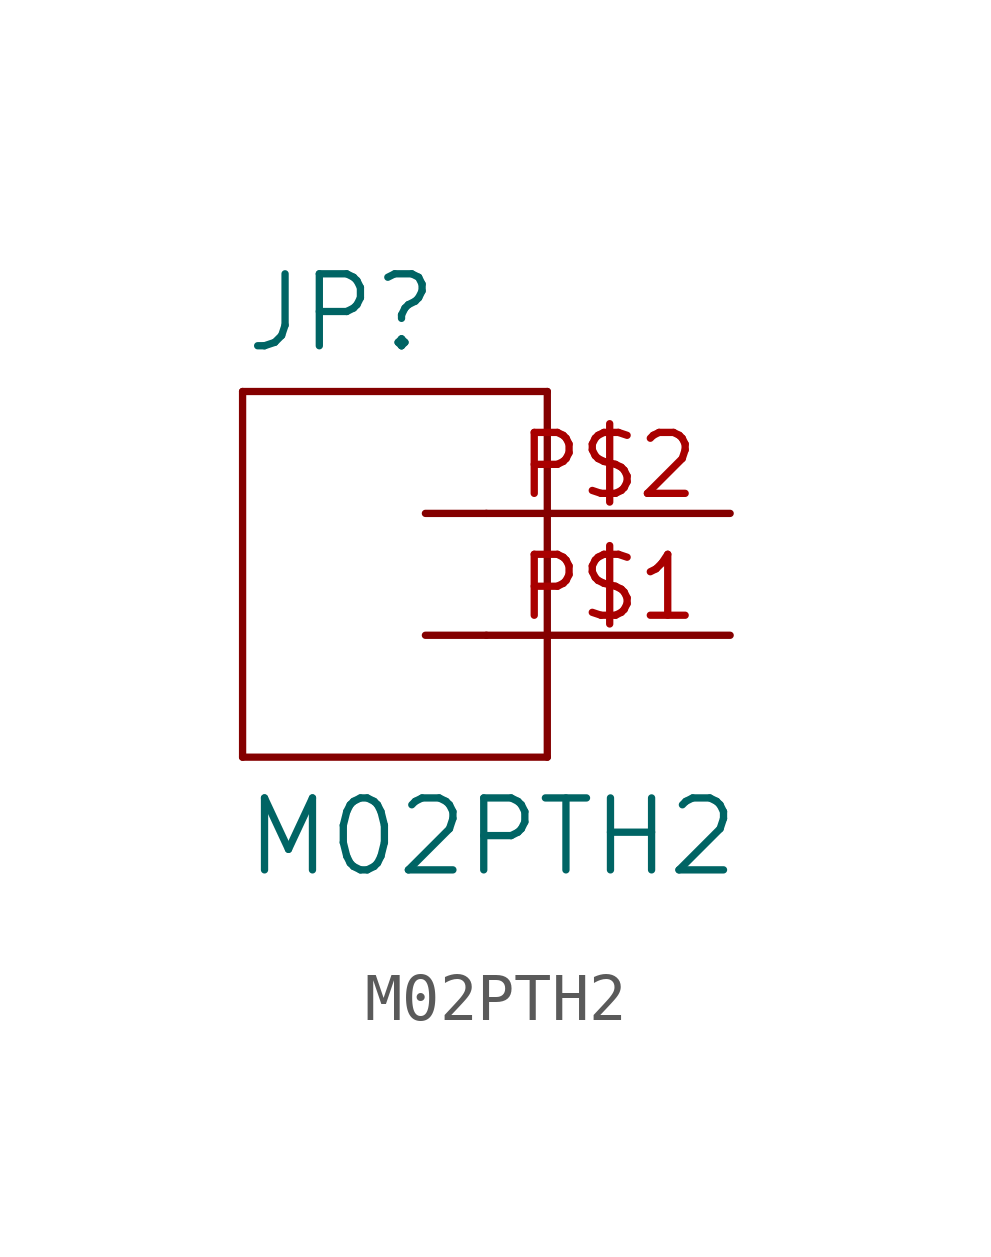
<source format=kicad_sym>
(kicad_symbol_lib
  (version 20211014)
  (generator kicad_symbol_editor)
  (symbol "M02PTH2"
    (pin_names
      (offset 1.016))
    (property "Reference" "JP"
      (at -2.54 5.842 0)
      (effects (font (size 1.499 1.499)) (justify left bottom)))
    (property "Value" "M02PTH2"
      (at -2.54 -5.08 0)
      (effects (font (size 1.499 1.499)) (justify left bottom)))
    (property "ki_locked" ""
      (at 0 0 0)
      (effects (font (size 1.27 1.27))))
    (symbol "M02PTH2_1_0"
      (polyline (pts (xy -2.54 5.08) (xy -2.54 -2.54)) (stroke (width 0) (type default) (color 0 0 0 0)) (fill (type none)))
      (polyline (pts (xy -2.54 5.08) (xy 3.81 5.08)) (stroke (width 0) (type default) (color 0 0 0 0)) (fill (type none)))
      (polyline (pts (xy 1.27 0) (xy 2.54 0)) (stroke (width 0) (type default) (color 0 0 0 0)) (fill (type none)))
      (polyline (pts (xy 1.27 2.54) (xy 2.54 2.54)) (stroke (width 0) (type default) (color 0 0 0 0)) (fill (type none)))
      (polyline (pts (xy 3.81 -2.54) (xy -2.54 -2.54)) (stroke (width 0) (type default) (color 0 0 0 0)) (fill (type none)))
      (polyline (pts (xy 3.81 -2.54) (xy 3.81 5.08)) (stroke (width 0) (type default) (color 0 0 0 0)) (fill (type none)))
      (pin passive line (at 7.62 0 180) (length 5.08) (name "1" (effects (font (size 0 0)))) (number "P$1" (effects (font (size 1.27 1.27)))))
      (pin passive line (at 7.62 2.54 180) (length 5.08) (name "2" (effects (font (size 0 0)))) (number "P$2" (effects (font (size 1.27 1.27))))))))
</source>
